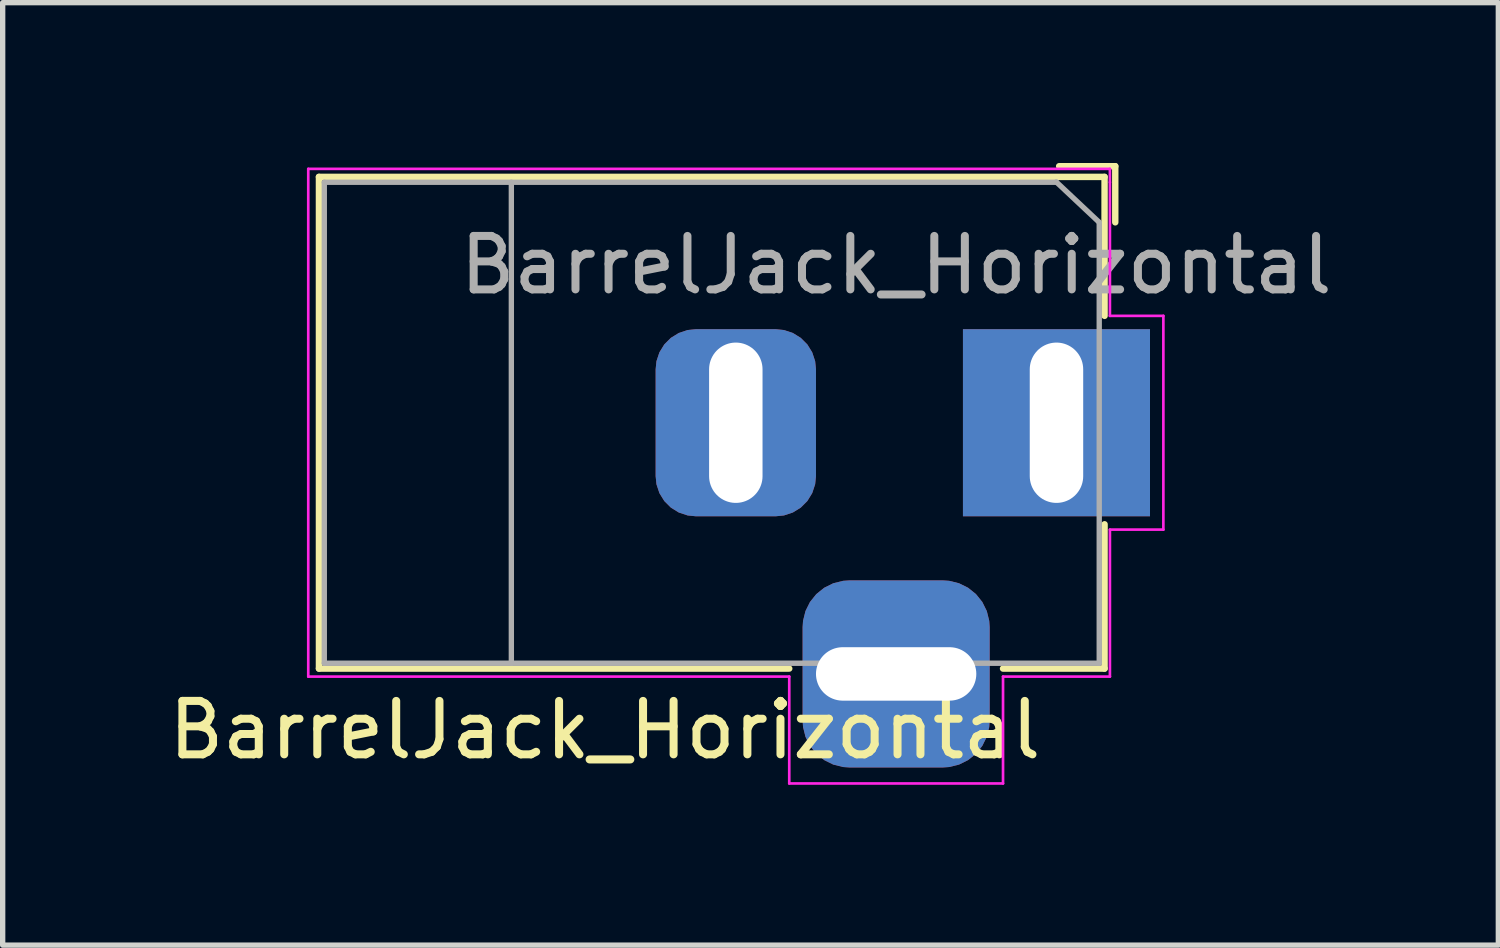
<source format=kicad_pcb>
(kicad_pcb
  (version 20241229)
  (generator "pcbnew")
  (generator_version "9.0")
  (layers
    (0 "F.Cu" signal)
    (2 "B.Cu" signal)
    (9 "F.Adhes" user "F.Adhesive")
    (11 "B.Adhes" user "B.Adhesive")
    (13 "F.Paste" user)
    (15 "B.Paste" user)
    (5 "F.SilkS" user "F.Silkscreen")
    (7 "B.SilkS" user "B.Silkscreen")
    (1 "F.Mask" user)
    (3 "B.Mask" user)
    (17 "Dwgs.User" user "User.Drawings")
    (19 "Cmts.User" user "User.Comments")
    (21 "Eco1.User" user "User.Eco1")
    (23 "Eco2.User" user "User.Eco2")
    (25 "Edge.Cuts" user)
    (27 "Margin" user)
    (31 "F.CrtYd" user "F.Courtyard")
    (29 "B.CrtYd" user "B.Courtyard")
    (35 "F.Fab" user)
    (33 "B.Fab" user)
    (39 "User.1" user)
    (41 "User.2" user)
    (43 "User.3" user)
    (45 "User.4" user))
  (footprint "BarrelJack_Horizontal"
    (layer "F.Cu")
    (at 16.718 4.86)
    (property "Reference" "BarrelJack_Horizontal" (at -8.45 5.75 180) (layer "F.SilkS") (effects (font (size 1 1) (thickness 0.15))))
    (attr through_hole)
    (fp_line (start -13.8 -4.6) (end 0.9 -4.6) (stroke (width 0.12) (type solid)) (layer "F.SilkS"))
    (fp_line (start -13.8 4.6) (end -13.8 -4.6) (stroke (width 0.12) (type solid)) (layer "F.SilkS"))
    (fp_line (start -5 4.6) (end -13.8 4.6) (stroke (width 0.12) (type solid)) (layer "F.SilkS"))
    (fp_line (start 0.05 -4.8) (end 1.1 -4.8) (stroke (width 0.12) (type solid)) (layer "F.SilkS"))
    (fp_line (start 0.9 -4.6) (end 0.9 -2) (stroke (width 0.12) (type solid)) (layer "F.SilkS"))
    (fp_line (start 0.9 1.9) (end 0.9 4.6) (stroke (width 0.12) (type solid)) (layer "F.SilkS"))
    (fp_line (start 0.9 4.6) (end -1 4.6) (stroke (width 0.12) (type solid)) (layer "F.SilkS"))
    (fp_line (start 1.1 -3.75) (end 1.1 -4.8) (stroke (width 0.12) (type solid)) (layer "F.SilkS"))
    (fp_line (start -14 4.75) (end -14 -4.75) (stroke (width 0.05) (type solid)) (layer "F.CrtYd"))
    (fp_line (start -5 4.75) (end -14 4.75) (stroke (width 0.05) (type solid)) (layer "F.CrtYd"))
    (fp_line (start -5 6.75) (end -5 4.75) (stroke (width 0.05) (type solid)) (layer "F.CrtYd"))
    (fp_line (start -1 4.75) (end -1 6.75) (stroke (width 0.05) (type solid)) (layer "F.CrtYd"))
    (fp_line (start -1 6.75) (end -5 6.75) (stroke (width 0.05) (type solid)) (layer "F.CrtYd"))
    (fp_line (start 1 -4.75) (end -14 -4.75) (stroke (width 0.05) (type solid)) (layer "F.CrtYd"))
    (fp_line (start 1 -4.5) (end 1 -4.75) (stroke (width 0.05) (type solid)) (layer "F.CrtYd"))
    (fp_line (start 1 -4.5) (end 1 -2) (stroke (width 0.05) (type solid)) (layer "F.CrtYd"))
    (fp_line (start 1 -2) (end 2 -2) (stroke (width 0.05) (type solid)) (layer "F.CrtYd"))
    (fp_line (start 1 2) (end 1 4.75) (stroke (width 0.05) (type solid)) (layer "F.CrtYd"))
    (fp_line (start 1 4.75) (end -1 4.75) (stroke (width 0.05) (type solid)) (layer "F.CrtYd"))
    (fp_line (start 2 -2) (end 2 2) (stroke (width 0.05) (type solid)) (layer "F.CrtYd"))
    (fp_line (start 2 2) (end 1 2) (stroke (width 0.05) (type solid)) (layer "F.CrtYd"))
    (fp_line (start -13.7 -4.5) (end -13.7 4.5) (stroke (width 0.1) (type solid)) (layer "F.Fab"))
    (fp_line (start -13.7 4.5) (end 0.8 4.5) (stroke (width 0.1) (type solid)) (layer "F.Fab"))
    (fp_line (start -10.2 -4.5) (end -10.2 4.5) (stroke (width 0.1) (type solid)) (layer "F.Fab"))
    (fp_line (start -0.003 -4.505) (end 0.8 -3.75) (stroke (width 0.1) (type solid)) (layer "F.Fab"))
    (fp_line (start 0 -4.5) (end -13.7 -4.5) (stroke (width 0.1) (type solid)) (layer "F.Fab"))
    (fp_line (start 0.8 4.5) (end 0.8 -3.75) (stroke (width 0.1) (type solid)) (layer "F.Fab"))
    (fp_text user "${REFERENCE}" (at -3 -2.95 180) (layer "F.Fab") (effects (font (size 1 1) (thickness 0.15))))
    (pad "1" thru_hole rect (at 0 0) (size 3.5 3.5) (drill oval 1 3) (layers "*.Cu" "*.Mask"))
    (pad "2" thru_hole roundrect (at -6 0) (size 3 3.5) (drill oval 1 3) (layers "*.Cu" "*.Mask") (roundrect_rratio 0.25))
    (pad "3" thru_hole roundrect (at -3 4.7) (size 3.5 3.5) (drill oval 3 1) (layers "*.Cu" "*.Mask") (roundrect_rratio 0.25)))
  (gr_rect
    (start -3 -3)
    (end 24.986 14.635)
    (stroke (width 0.1) (type default))
    (fill no)
    (layer "Edge.Cuts")))
</source>
